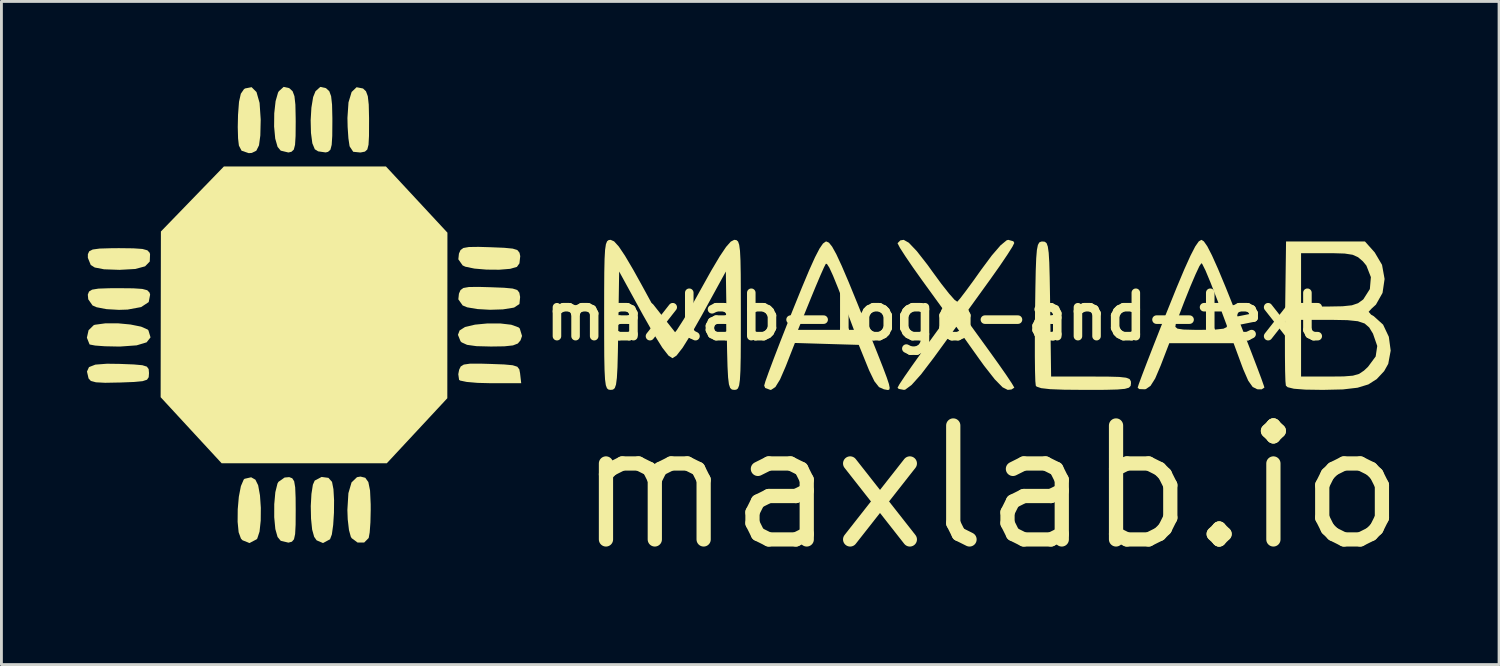
<source format=kicad_pcb>
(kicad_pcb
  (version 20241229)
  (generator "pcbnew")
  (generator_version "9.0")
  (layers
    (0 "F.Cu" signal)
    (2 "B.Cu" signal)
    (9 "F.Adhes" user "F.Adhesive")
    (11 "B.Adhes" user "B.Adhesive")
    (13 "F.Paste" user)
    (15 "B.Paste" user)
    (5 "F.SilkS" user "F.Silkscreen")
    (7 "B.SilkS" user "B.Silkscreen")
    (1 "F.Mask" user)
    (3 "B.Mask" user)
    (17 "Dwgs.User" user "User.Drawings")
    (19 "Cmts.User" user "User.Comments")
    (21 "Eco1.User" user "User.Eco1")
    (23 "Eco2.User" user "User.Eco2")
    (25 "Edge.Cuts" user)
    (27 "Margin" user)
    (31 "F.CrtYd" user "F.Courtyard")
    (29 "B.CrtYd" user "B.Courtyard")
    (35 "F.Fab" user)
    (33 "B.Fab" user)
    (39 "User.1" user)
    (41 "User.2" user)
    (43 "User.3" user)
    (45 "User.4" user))
  (footprint "maxlab-logo-and-text"
    (layer "F.Cu")
    (at 29.745 8.061)
    (property "Reference" "maxlab-logo-and-text" (at 0 0 0) (layer "F.SilkS") (effects (font (size 1.524 1.524) (thickness 0.3))))
    (attr board_only exclude_from_pos_files exclude_from_bom)
    (fp_poly (pts (xy -18.168 -4.106) (xy -17.089 -2.944) (xy -17.091 -0.038) (xy -17.093 2.868) (xy -18.154 4.009) (xy -19.216 5.15) (xy -25.016 5.15) (xy -27.156 2.832) (xy -27.152 -0.076) (xy -27.147 -2.985) (xy -26.042 -4.126) (xy -24.936 -5.267) (xy -19.247 -5.267)) (stroke (width 0) (type solid)) (fill yes) (layer "F.SilkS"))
    (fp_poly (pts (xy -21.266 5.663) (xy -21.14 5.804) (xy -21.09 6.062) (xy -21.068 6.448) (xy -21.072 6.891) (xy -21.099 7.315) (xy -21.146 7.65) (xy -21.21 7.819) (xy -21.457 7.952) (xy -21.681 7.856) (xy -21.767 7.733) (xy -21.838 7.479) (xy -21.877 7.094) (xy -21.886 6.652) (xy -21.863 6.23) (xy -21.812 5.903) (xy -21.748 5.759) (xy -21.506 5.631)) (stroke (width 0) (type solid)) (fill yes) (layer "F.SilkS"))
    (fp_poly (pts (xy -28.215 0.28) (xy -27.843 0.355) (xy -27.613 0.456) (xy -27.584 0.488) (xy -27.511 0.732) (xy -27.648 0.906) (xy -27.999 1.012) (xy -28.57 1.053) (xy -28.672 1.053) (xy -29.112 1.044) (xy -29.455 1.019) (xy -29.641 0.983) (xy -29.653 0.975) (xy -29.745 0.743) (xy -29.686 0.481) (xy -29.505 0.303) (xy -29.464 0.289) (xy -29.097 0.239) (xy -28.657 0.238)) (stroke (width 0) (type solid)) (fill yes) (layer "F.SilkS"))
    (fp_poly (pts (xy -28.116 -0.99) (xy -27.8 -0.969) (xy -27.626 -0.923) (xy -27.547 -0.842) (xy -27.525 -0.769) (xy -27.575 -0.507) (xy -27.84 -0.332) (xy -28.316 -0.244) (xy -28.619 -0.234) (xy -29.057 -0.259) (xy -29.404 -0.326) (xy -29.546 -0.388) (xy -29.697 -0.604) (xy -29.713 -0.769) (xy -29.67 -0.877) (xy -29.561 -0.944) (xy -29.34 -0.98) (xy -28.96 -0.993) (xy -28.619 -0.995)) (stroke (width 0) (type solid)) (fill yes) (layer "F.SilkS"))
    (fp_poly (pts (xy -23.83 5.727) (xy -23.733 5.924) (xy -23.669 6.278) (xy -23.639 6.716) (xy -23.643 7.164) (xy -23.684 7.548) (xy -23.764 7.793) (xy -23.785 7.819) (xy -24.038 7.952) (xy -24.283 7.853) (xy -24.337 7.795) (xy -24.418 7.573) (xy -24.454 7.206) (xy -24.45 6.767) (xy -24.411 6.325) (xy -24.339 5.954) (xy -24.241 5.725) (xy -24.21 5.696) (xy -23.979 5.643)) (stroke (width 0) (type solid)) (fill yes) (layer "F.SilkS"))
    (fp_poly (pts (xy -23.791 -7.879) (xy -23.683 -7.499) (xy -23.644 -6.921) (xy -23.644 -6.893) (xy -23.657 -6.355) (xy -23.703 -6.01) (xy -23.798 -5.82) (xy -23.956 -5.743) (xy -24.064 -5.735) (xy -24.315 -5.821) (xy -24.409 -6.001) (xy -24.438 -6.253) (xy -24.449 -6.649) (xy -24.44 -7.072) (xy -24.405 -7.537) (xy -24.341 -7.821) (xy -24.233 -7.978) (xy -24.193 -8.006) (xy -23.963 -8.051)) (stroke (width 0) (type solid)) (fill yes) (layer "F.SilkS"))
    (fp_poly (pts (xy -19.973 5.66) (xy -19.865 5.811) (xy -19.805 6.107) (xy -19.783 6.587) (xy -19.782 6.789) (xy -19.792 7.223) (xy -19.818 7.579) (xy -19.853 7.774) (xy -20.012 7.934) (xy -20.243 7.934) (xy -20.449 7.782) (xy -20.48 7.733) (xy -20.545 7.497) (xy -20.589 7.12) (xy -20.601 6.789) (xy -20.565 6.2) (xy -20.454 5.821) (xy -20.263 5.639) (xy -20.141 5.618)) (stroke (width 0) (type solid)) (fill yes) (layer "F.SilkS"))
    (fp_poly (pts (xy -15.588 1.664) (xy -15.1 1.682) (xy -14.799 1.71) (xy -14.636 1.762) (xy -14.565 1.855) (xy -14.537 2.004) (xy -14.536 2.019) (xy -14.499 2.341) (xy -15.553 2.341) (xy -16.031 2.329) (xy -16.413 2.296) (xy -16.642 2.248) (xy -16.68 2.223) (xy -16.708 2.025) (xy -16.678 1.867) (xy -16.622 1.753) (xy -16.513 1.686) (xy -16.299 1.655) (xy -15.933 1.654)) (stroke (width 0) (type solid)) (fill yes) (layer "F.SilkS"))
    (fp_poly (pts (xy -15.237 0.243) (xy -14.849 0.288) (xy -14.592 0.381) (xy -14.55 0.42) (xy -14.47 0.682) (xy -14.523 0.836) (xy -14.618 0.948) (xy -14.789 1.014) (xy -15.09 1.046) (xy -15.558 1.053) (xy -16.072 1.04) (xy -16.4 0.994) (xy -16.588 0.908) (xy -16.629 0.868) (xy -16.72 0.642) (xy -16.661 0.488) (xy -16.47 0.367) (xy -16.121 0.285) (xy -15.685 0.243)) (stroke (width 0) (type solid)) (fill yes) (layer "F.SilkS"))
    (fp_poly (pts (xy -28.113 -2.394) (xy -27.795 -2.372) (xy -27.621 -2.324) (xy -27.544 -2.242) (xy -27.528 -2.189) (xy -27.538 -1.931) (xy -27.702 -1.762) (xy -28.045 -1.669) (xy -28.591 -1.639) (xy -28.619 -1.639) (xy -29.144 -1.658) (xy -29.469 -1.721) (xy -29.609 -1.809) (xy -29.711 -2.06) (xy -29.71 -2.189) (xy -29.663 -2.29) (xy -29.54 -2.353) (xy -29.296 -2.386) (xy -28.885 -2.398) (xy -28.619 -2.4)) (stroke (width 0) (type solid)) (fill yes) (layer "F.SilkS"))
    (fp_poly (pts (xy -15.588 -2.433) (xy -15.099 -2.413) (xy -14.796 -2.384) (xy -14.632 -2.331) (xy -14.559 -2.24) (xy -14.533 -2.12) (xy -14.561 -1.866) (xy -14.65 -1.742) (xy -14.888 -1.674) (xy -15.272 -1.643) (xy -15.718 -1.647) (xy -16.142 -1.683) (xy -16.46 -1.749) (xy -16.555 -1.794) (xy -16.706 -2.009) (xy -16.685 -2.208) (xy -16.63 -2.332) (xy -16.53 -2.406) (xy -16.336 -2.44) (xy -15.997 -2.445)) (stroke (width 0) (type solid)) (fill yes) (layer "F.SilkS"))
    (fp_poly (pts (xy -22.652 -8.02) (xy -22.627 -8.005) (xy -22.523 -7.907) (xy -22.459 -7.734) (xy -22.426 -7.438) (xy -22.416 -6.968) (xy -22.415 -6.835) (xy -22.419 -6.338) (xy -22.438 -6.028) (xy -22.482 -5.859) (xy -22.564 -5.783) (xy -22.671 -5.758) (xy -22.941 -5.823) (xy -23.051 -5.955) (xy -23.134 -6.247) (xy -23.173 -6.668) (xy -23.168 -7.134) (xy -23.121 -7.56) (xy -23.035 -7.861) (xy -23.007 -7.908) (xy -22.839 -8.061)) (stroke (width 0) (type solid)) (fill yes) (layer "F.SilkS"))
    (fp_poly (pts (xy -22.536 5.678) (xy -22.469 5.783) (xy -22.433 5.996) (xy -22.418 6.363) (xy -22.415 6.791) (xy -22.418 7.307) (xy -22.435 7.635) (xy -22.475 7.819) (xy -22.548 7.904) (xy -22.665 7.936) (xy -22.671 7.937) (xy -22.941 7.872) (xy -23.051 7.74) (xy -23.13 7.46) (xy -23.169 7.048) (xy -23.168 6.589) (xy -23.13 6.166) (xy -23.055 5.863) (xy -23.022 5.804) (xy -22.806 5.652) (xy -22.642 5.637)) (stroke (width 0) (type solid)) (fill yes) (layer "F.SilkS"))
    (fp_poly (pts (xy -21.364 -8.02) (xy -21.339 -8.005) (xy -21.235 -7.907) (xy -21.172 -7.734) (xy -21.139 -7.438) (xy -21.128 -6.968) (xy -21.128 -6.835) (xy -21.132 -6.336) (xy -21.152 -6.025) (xy -21.197 -5.855) (xy -21.279 -5.781) (xy -21.363 -5.76) (xy -21.627 -5.798) (xy -21.744 -5.871) (xy -21.831 -6.081) (xy -21.879 -6.445) (xy -21.89 -6.887) (xy -21.864 -7.332) (xy -21.803 -7.703) (xy -21.72 -7.908) (xy -21.551 -8.061)) (stroke (width 0) (type solid)) (fill yes) (layer "F.SilkS"))
    (fp_poly (pts (xy -20.052 -8.005) (xy -19.948 -7.907) (xy -19.884 -7.734) (xy -19.851 -7.438) (xy -19.84 -6.968) (xy -19.84 -6.835) (xy -19.842 -6.339) (xy -19.859 -6.031) (xy -19.902 -5.863) (xy -19.985 -5.789) (xy -20.123 -5.761) (xy -20.147 -5.758) (xy -20.396 -5.783) (xy -20.518 -5.966) (xy -20.526 -5.993) (xy -20.565 -6.255) (xy -20.592 -6.652) (xy -20.599 -6.971) (xy -20.562 -7.517) (xy -20.452 -7.882) (xy -20.278 -8.049)) (stroke (width 0) (type solid)) (fill yes) (layer "F.SilkS"))
    (fp_poly (pts (xy -15.588 -1.029) (xy -15.1 -1.01) (xy -14.798 -0.982) (xy -14.636 -0.929) (xy -14.565 -0.838) (xy -14.538 -0.691) (xy -14.537 -0.688) (xy -14.561 -0.439) (xy -14.745 -0.317) (xy -14.771 -0.31) (xy -15.142 -0.251) (xy -15.593 -0.237) (xy -16.038 -0.262) (xy -16.396 -0.323) (xy -16.555 -0.389) (xy -16.706 -0.604) (xy -16.685 -0.803) (xy -16.63 -0.928) (xy -16.53 -1.002) (xy -16.336 -1.036) (xy -15.997 -1.04)) (stroke (width 0) (type solid)) (fill yes) (layer "F.SilkS"))
    (fp_poly (pts (xy -28.592 1.663) (xy -28.101 1.682) (xy -27.798 1.709) (xy -27.639 1.759) (xy -27.576 1.846) (xy -27.565 1.984) (xy -27.565 1.99) (xy -27.575 2.13) (xy -27.635 2.218) (xy -27.79 2.269) (xy -28.087 2.297) (xy -28.571 2.316) (xy -28.592 2.316) (xy -29.104 2.326) (xy -29.427 2.309) (xy -29.606 2.261) (xy -29.685 2.175) (xy -29.687 2.17) (xy -29.742 1.931) (xy -29.671 1.775) (xy -29.447 1.688) (xy -29.039 1.657)) (stroke (width 0) (type solid)) (fill yes) (layer "F.SilkS"))
    (fp_poly (pts (xy 3.883 -2.624) (xy 3.943 -2.575) (xy 3.986 -2.456) (xy 4.017 -2.238) (xy 4.038 -1.891) (xy 4.052 -1.385) (xy 4.064 -0.689) (xy 4.07 -0.263) (xy 4.102 2.107) (xy 5.504 2.107) (xy 6.096 2.109) (xy 6.493 2.12) (xy 6.734 2.147) (xy 6.857 2.196) (xy 6.901 2.273) (xy 6.906 2.341) (xy 6.894 2.434) (xy 6.833 2.498) (xy 6.689 2.539) (xy 6.424 2.562) (xy 6.004 2.573) (xy 5.391 2.575) (xy 5.264 2.575) (xy 4.561 2.569) (xy 4.066 2.55) (xy 3.752 2.514) (xy 3.593 2.46) (xy 3.564 2.426) (xy 3.548 2.268) (xy 3.537 1.914) (xy 3.531 1.399) (xy 3.531 0.762) (xy 3.536 0.039) (xy 3.538 -0.179) (xy 3.55 -0.996) (xy 3.562 -1.608) (xy 3.579 -2.045) (xy 3.603 -2.336) (xy 3.638 -2.511) (xy 3.686 -2.6) (xy 3.752 -2.63) (xy 3.804 -2.634)) (stroke (width 0) (type solid)) (fill yes) (layer "F.SilkS"))
    (fp_poly (pts (xy 2.776 -2.642) (xy 2.809 -2.582) (xy 2.744 -2.451) (xy 2.566 -2.17) (xy 2.302 -1.779) (xy 1.976 -1.318) (xy 1.924 -1.246) (xy 1.039 -0.02) (xy 1.924 1.201) (xy 2.256 1.664) (xy 2.532 2.059) (xy 2.724 2.348) (xy 2.808 2.491) (xy 2.809 2.498) (xy 2.711 2.561) (xy 2.579 2.575) (xy 2.398 2.484) (xy 2.124 2.204) (xy 1.751 1.729) (xy 1.562 1.467) (xy 0.774 0.359) (xy -0.033 1.467) (xy -0.466 2.034) (xy -0.795 2.401) (xy -1.018 2.566) (xy -1.063 2.575) (xy -1.248 2.541) (xy -1.288 2.498) (xy -1.223 2.379) (xy -1.045 2.11) (xy -0.78 1.729) (xy -0.455 1.273) (xy -0.403 1.201) (xy 0.482 -0.019) (xy -0.403 -1.239) (xy -0.736 -1.706) (xy -1.011 -2.11) (xy -1.204 -2.41) (xy -1.286 -2.567) (xy -1.288 -2.575) (xy -1.19 -2.673) (xy -1.072 -2.692) (xy -0.894 -2.591) (xy -0.613 -2.296) (xy -0.239 -1.818) (xy -0.067 -1.579) (xy 0.249 -1.148) (xy 0.52 -0.804) (xy 0.716 -0.583) (xy 0.808 -0.52) (xy 0.907 -0.632) (xy 1.108 -0.895) (xy 1.381 -1.267) (xy 1.641 -1.633) (xy 2.022 -2.146) (xy 2.328 -2.5) (xy 2.542 -2.676) (xy 2.598 -2.692)) (stroke (width 0) (type solid)) (fill yes) (layer "F.SilkS"))
    (fp_poly (pts (xy -3.696 -2.592) (xy -3.584 -2.451) (xy -3.438 -2.187) (xy -3.248 -1.778) (xy -3.001 -1.201) (xy -2.687 -0.433) (xy -2.607 -0.234) (xy -2.261 0.627) (xy -1.994 1.294) (xy -1.798 1.792) (xy -1.666 2.144) (xy -1.59 2.374) (xy -1.564 2.508) (xy -1.581 2.568) (xy -1.632 2.579) (xy -1.711 2.565) (xy -1.766 2.555) (xy -1.939 2.478) (xy -2.102 2.271) (xy -2.285 1.893) (xy -2.341 1.756) (xy -2.65 0.995) (xy -3.771 0.962) (xy -4.892 0.928) (xy -5.215 1.752) (xy -5.414 2.211) (xy -5.577 2.475) (xy -5.725 2.573) (xy -5.754 2.575) (xy -5.934 2.508) (xy -5.97 2.426) (xy -5.928 2.278) (xy -5.81 1.947) (xy -5.629 1.464) (xy -5.398 0.864) (xy -5.242 0.468) (xy -4.783 0.468) (xy -2.82 0.468) (xy -3.111 -0.306) (xy -3.365 -0.97) (xy -3.553 -1.433) (xy -3.684 -1.718) (xy -3.768 -1.846) (xy -3.806 -1.852) (xy -3.871 -1.726) (xy -4.002 -1.431) (xy -4.178 -1.015) (xy -4.323 -0.663) (xy -4.783 0.468) (xy -5.242 0.468) (xy -5.129 0.179) (xy -4.986 -0.178) (xy -4.652 -1.003) (xy -4.389 -1.63) (xy -4.184 -2.084) (xy -4.027 -2.386) (xy -3.907 -2.561) (xy -3.812 -2.63) (xy -3.786 -2.634)) (stroke (width 0) (type solid)) (fill yes) (layer "F.SilkS"))
    (fp_poly (pts (xy 9.464 -2.638) (xy 9.585 -2.464) (xy 9.747 -2.149) (xy 9.96 -1.674) (xy 10.233 -1.019) (xy 10.576 -0.163) (xy 10.583 -0.146) (xy 10.868 0.578) (xy 11.122 1.231) (xy 11.332 1.78) (xy 11.487 2.194) (xy 11.574 2.441) (xy 11.589 2.495) (xy 11.491 2.557) (xy 11.339 2.554) (xy 11.177 2.472) (xy 11.021 2.252) (xy 10.847 1.853) (xy 10.799 1.726) (xy 10.508 0.936) (xy 8.25 0.936) (xy 7.946 1.726) (xy 7.755 2.175) (xy 7.591 2.435) (xy 7.429 2.546) (xy 7.391 2.554) (xy 7.193 2.547) (xy 7.14 2.497) (xy 7.182 2.365) (xy 7.299 2.048) (xy 7.479 1.577) (xy 7.71 0.984) (xy 7.954 0.364) (xy 8.463 0.364) (xy 8.536 0.425) (xy 8.74 0.457) (xy 9.117 0.467) (xy 9.364 0.468) (xy 9.86 0.459) (xy 10.152 0.427) (xy 10.27 0.368) (xy 10.272 0.322) (xy 9.954 -0.532) (xy 9.703 -1.18) (xy 9.52 -1.619) (xy 9.408 -1.843) (xy 9.378 -1.872) (xy 9.307 -1.769) (xy 9.173 -1.483) (xy 8.99 -1.055) (xy 8.776 -0.521) (xy 8.546 0.079) (xy 8.478 0.263) (xy 8.463 0.364) (xy 7.954 0.364) (xy 7.98 0.299) (xy 8.157 -0.145) (xy 8.504 -1.005) (xy 8.781 -1.664) (xy 8.998 -2.143) (xy 9.162 -2.461) (xy 9.285 -2.637) (xy 9.374 -2.692) (xy 9.375 -2.692)) (stroke (width 0) (type solid)) (fill yes) (layer "F.SilkS"))
    (fp_poly (pts (xy 15.461 -2.251) (xy 15.718 -1.815) (xy 15.808 -1.318) (xy 15.736 -0.829) (xy 15.504 -0.418) (xy 15.352 -0.279) (xy 15.248 -0.166) (xy 15.335 -0.065) (xy 15.428 -0.012) (xy 15.755 0.284) (xy 15.957 0.712) (xy 16.022 1.196) (xy 15.936 1.661) (xy 15.792 1.918) (xy 15.534 2.194) (xy 15.239 2.383) (xy 14.859 2.499) (xy 14.344 2.559) (xy 13.645 2.575) (xy 13.639 2.575) (xy 13.028 2.566) (xy 12.625 2.535) (xy 12.404 2.481) (xy 12.343 2.426) (xy 12.327 2.268) (xy 12.322 2.107) (xy 12.876 2.107) (xy 13.88 2.107) (xy 14.373 2.102) (xy 14.696 2.076) (xy 14.912 2.014) (xy 15.084 1.899) (xy 15.226 1.765) (xy 15.495 1.402) (xy 15.55 1.034) (xy 15.4 0.6) (xy 15.396 0.594) (xy 15.267 0.383) (xy 15.108 0.245) (xy 14.869 0.165) (xy 14.501 0.127) (xy 13.956 0.117) (xy 13.861 0.117) (xy 12.876 0.117) (xy 12.876 2.107) (xy 12.322 2.107) (xy 12.316 1.914) (xy 12.31 1.399) (xy 12.309 0.762) (xy 12.315 0.039) (xy 12.317 -0.179) (xy 12.319 -0.351) (xy 12.876 -0.351) (xy 13.834 -0.351) (xy 14.332 -0.36) (xy 14.659 -0.394) (xy 14.877 -0.468) (xy 15.049 -0.593) (xy 15.063 -0.606) (xy 15.291 -0.965) (xy 15.327 -1.383) (xy 15.169 -1.788) (xy 15.046 -1.937) (xy 14.877 -2.082) (xy 14.685 -2.168) (xy 14.406 -2.211) (xy 13.977 -2.224) (xy 13.817 -2.224) (xy 12.876 -2.224) (xy 12.876 -0.351) (xy 12.319 -0.351) (xy 12.349 -2.634) (xy 15.119 -2.634)) (stroke (width 0) (type solid)) (fill yes) (layer "F.SilkS"))
    (fp_poly (pts (xy -6.942 -2.682) (xy -6.887 -2.633) (xy -6.847 -2.517) (xy -6.819 -2.306) (xy -6.802 -1.97) (xy -6.793 -1.481) (xy -6.79 -0.812) (xy -6.789 -0.059) (xy -6.79 0.791) (xy -6.794 1.436) (xy -6.804 1.903) (xy -6.822 2.221) (xy -6.85 2.419) (xy -6.892 2.525) (xy -6.95 2.568) (xy -7.02 2.575) (xy -7.103 2.564) (xy -7.164 2.508) (xy -7.208 2.377) (xy -7.237 2.138) (xy -7.257 1.759) (xy -7.272 1.208) (xy -7.284 0.497) (xy -7.316 -1.58) (xy -8.15 -0.059) (xy -8.536 0.621) (xy -8.833 1.096) (xy -9.049 1.373) (xy -9.188 1.463) (xy -9.329 1.372) (xy -9.545 1.094) (xy -9.843 0.618) (xy -10.227 -0.059) (xy -11.061 -1.58) (xy -11.093 0.497) (xy -11.106 1.241) (xy -11.12 1.782) (xy -11.141 2.153) (xy -11.171 2.386) (xy -11.215 2.513) (xy -11.277 2.565) (xy -11.357 2.575) (xy -11.431 2.566) (xy -11.488 2.52) (xy -11.529 2.409) (xy -11.557 2.204) (xy -11.574 1.877) (xy -11.584 1.4) (xy -11.587 0.743) (xy -11.588 -0.059) (xy -11.587 -0.909) (xy -11.583 -1.553) (xy -11.573 -2.02) (xy -11.555 -2.339) (xy -11.526 -2.537) (xy -11.484 -2.643) (xy -11.427 -2.685) (xy -11.36 -2.692) (xy -11.238 -2.638) (xy -11.075 -2.459) (xy -10.856 -2.133) (xy -10.564 -1.638) (xy -10.256 -1.083) (xy -9.948 -0.518) (xy -9.674 -0.019) (xy -9.456 0.376) (xy -9.316 0.625) (xy -9.281 0.686) (xy -9.199 0.672) (xy -9.038 0.478) (xy -8.793 0.096) (xy -8.456 -0.484) (xy -8.212 -0.923) (xy -7.828 -1.611) (xy -7.531 -2.111) (xy -7.308 -2.443) (xy -7.144 -2.629) (xy -7.023 -2.692) (xy -7.015 -2.692)) (stroke (width 0) (type solid)) (fill yes) (layer "F.SilkS"))
    (fp_text user "maxlab.io" (at 2 6 0) (unlocked yes) (layer "F.SilkS") (effects (font (size 4 4) (thickness 0.5)))))
  (gr_rect
    (start -3 -3)
    (end 49.571 20.279)
    (stroke (width 0.1) (type default))
    (fill no)
    (layer "Edge.Cuts")))
</source>
